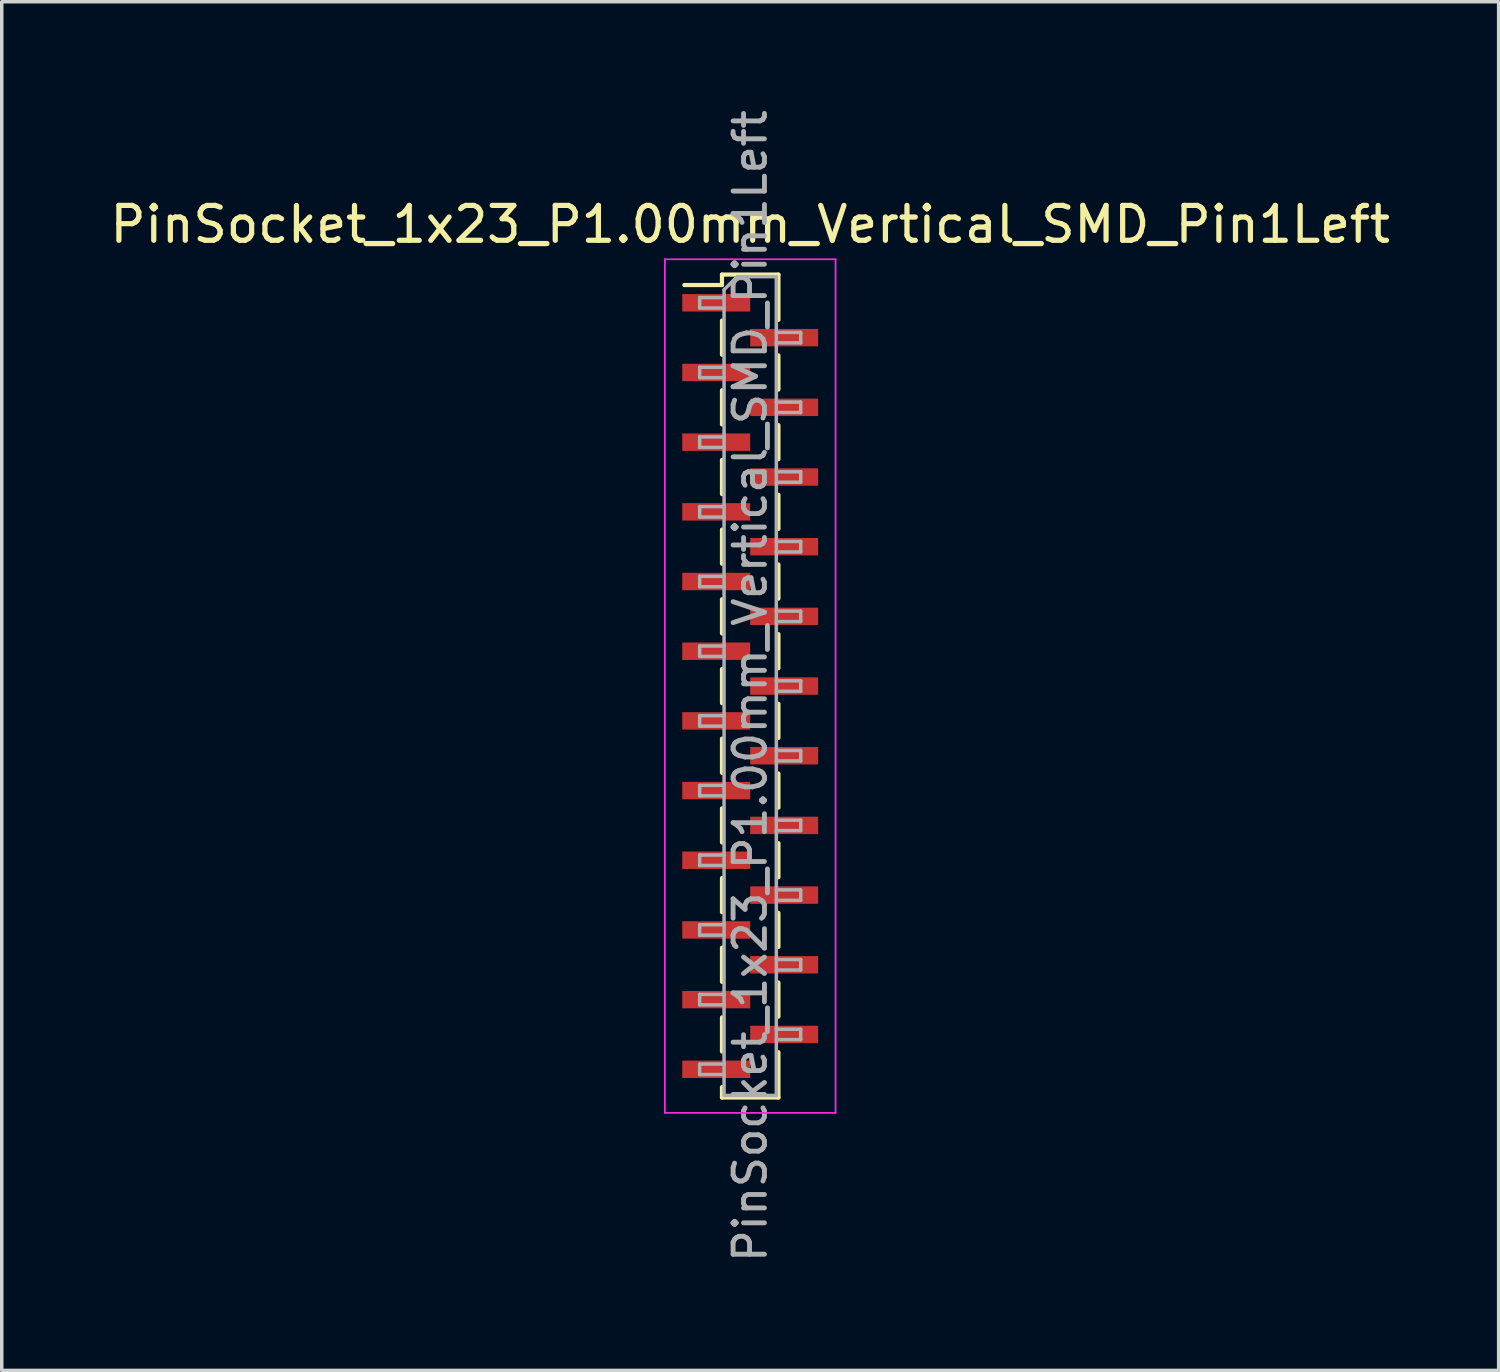
<source format=kicad_pcb>
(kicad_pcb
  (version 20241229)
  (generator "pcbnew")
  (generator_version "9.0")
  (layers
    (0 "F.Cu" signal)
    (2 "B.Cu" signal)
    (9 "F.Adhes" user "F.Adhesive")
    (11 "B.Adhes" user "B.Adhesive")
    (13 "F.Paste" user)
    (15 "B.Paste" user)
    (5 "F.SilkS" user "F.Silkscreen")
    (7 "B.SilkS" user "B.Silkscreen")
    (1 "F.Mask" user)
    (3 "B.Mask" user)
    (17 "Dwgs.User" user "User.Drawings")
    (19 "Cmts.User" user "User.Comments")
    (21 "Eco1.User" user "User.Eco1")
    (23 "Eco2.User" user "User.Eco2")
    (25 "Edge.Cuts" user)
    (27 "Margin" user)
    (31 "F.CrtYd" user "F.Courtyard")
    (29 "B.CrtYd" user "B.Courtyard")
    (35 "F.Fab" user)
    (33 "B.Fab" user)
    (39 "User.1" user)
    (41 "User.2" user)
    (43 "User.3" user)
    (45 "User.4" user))
  (footprint "PinSocket_1x23_P1.00mm_Vertical_SMD_Pin1Left"
    (layer "F.Cu")
    (at 18.482 16.641)
    (property "Reference" "PinSocket_1x23_P1.00mm_Vertical_SMD_Pin1Left" (at 0 -13.25 0) (layer "F.SilkS") (effects (font (size 1 1) (thickness 0.15))))
    (attr smd)
    (fp_line (start -1.89 -11.51) (end -0.81 -11.51) (stroke (width 0.12) (type solid)) (layer "F.SilkS"))
    (fp_line (start -0.81 -11.81) (end -0.81 -11.51) (stroke (width 0.12) (type solid)) (layer "F.SilkS"))
    (fp_line (start -0.81 -11.81) (end 0.81 -11.81) (stroke (width 0.12) (type solid)) (layer "F.SilkS"))
    (fp_line (start -0.81 -10.49) (end -0.81 -9.51) (stroke (width 0.12) (type solid)) (layer "F.SilkS"))
    (fp_line (start -0.81 -8.49) (end -0.81 -7.51) (stroke (width 0.12) (type solid)) (layer "F.SilkS"))
    (fp_line (start -0.81 -6.49) (end -0.81 -5.51) (stroke (width 0.12) (type solid)) (layer "F.SilkS"))
    (fp_line (start -0.81 -4.49) (end -0.81 -3.51) (stroke (width 0.12) (type solid)) (layer "F.SilkS"))
    (fp_line (start -0.81 -2.49) (end -0.81 -1.51) (stroke (width 0.12) (type solid)) (layer "F.SilkS"))
    (fp_line (start -0.81 -0.49) (end -0.81 0.49) (stroke (width 0.12) (type solid)) (layer "F.SilkS"))
    (fp_line (start -0.81 1.51) (end -0.81 2.49) (stroke (width 0.12) (type solid)) (layer "F.SilkS"))
    (fp_line (start -0.81 3.51) (end -0.81 4.49) (stroke (width 0.12) (type solid)) (layer "F.SilkS"))
    (fp_line (start -0.81 5.51) (end -0.81 6.49) (stroke (width 0.12) (type solid)) (layer "F.SilkS"))
    (fp_line (start -0.81 7.51) (end -0.81 8.49) (stroke (width 0.12) (type solid)) (layer "F.SilkS"))
    (fp_line (start -0.81 9.51) (end -0.81 10.49) (stroke (width 0.12) (type solid)) (layer "F.SilkS"))
    (fp_line (start -0.81 11.51) (end -0.81 11.81) (stroke (width 0.12) (type solid)) (layer "F.SilkS"))
    (fp_line (start -0.81 11.81) (end 0.81 11.81) (stroke (width 0.12) (type solid)) (layer "F.SilkS"))
    (fp_line (start 0.81 -11.81) (end 0.81 -10.51) (stroke (width 0.12) (type solid)) (layer "F.SilkS"))
    (fp_line (start 0.81 -9.49) (end 0.81 -8.51) (stroke (width 0.12) (type solid)) (layer "F.SilkS"))
    (fp_line (start 0.81 -7.49) (end 0.81 -6.51) (stroke (width 0.12) (type solid)) (layer "F.SilkS"))
    (fp_line (start 0.81 -5.49) (end 0.81 -4.51) (stroke (width 0.12) (type solid)) (layer "F.SilkS"))
    (fp_line (start 0.81 -3.49) (end 0.81 -2.51) (stroke (width 0.12) (type solid)) (layer "F.SilkS"))
    (fp_line (start 0.81 -1.49) (end 0.81 -0.51) (stroke (width 0.12) (type solid)) (layer "F.SilkS"))
    (fp_line (start 0.81 0.51) (end 0.81 1.49) (stroke (width 0.12) (type solid)) (layer "F.SilkS"))
    (fp_line (start 0.81 2.51) (end 0.81 3.49) (stroke (width 0.12) (type solid)) (layer "F.SilkS"))
    (fp_line (start 0.81 4.51) (end 0.81 5.49) (stroke (width 0.12) (type solid)) (layer "F.SilkS"))
    (fp_line (start 0.81 6.51) (end 0.81 7.49) (stroke (width 0.12) (type solid)) (layer "F.SilkS"))
    (fp_line (start 0.81 8.51) (end 0.81 9.49) (stroke (width 0.12) (type solid)) (layer "F.SilkS"))
    (fp_line (start 0.81 10.51) (end 0.81 11.81) (stroke (width 0.12) (type solid)) (layer "F.SilkS"))
    (fp_line (start -2.45 -12.25) (end 2.45 -12.25) (stroke (width 0.05) (type solid)) (layer "F.CrtYd"))
    (fp_line (start -2.45 12.25) (end -2.45 -12.25) (stroke (width 0.05) (type solid)) (layer "F.CrtYd"))
    (fp_line (start 2.45 -12.25) (end 2.45 12.25) (stroke (width 0.05) (type solid)) (layer "F.CrtYd"))
    (fp_line (start 2.45 12.25) (end -2.45 12.25) (stroke (width 0.05) (type solid)) (layer "F.CrtYd"))
    (fp_line (start -1.45 -11.15) (end -0.75 -11.15) (stroke (width 0.1) (type solid)) (layer "F.Fab"))
    (fp_line (start -1.45 -10.85) (end -1.45 -11.15) (stroke (width 0.1) (type solid)) (layer "F.Fab"))
    (fp_line (start -1.45 -9.15) (end -0.75 -9.15) (stroke (width 0.1) (type solid)) (layer "F.Fab"))
    (fp_line (start -1.45 -8.85) (end -1.45 -9.15) (stroke (width 0.1) (type solid)) (layer "F.Fab"))
    (fp_line (start -1.45 -7.15) (end -0.75 -7.15) (stroke (width 0.1) (type solid)) (layer "F.Fab"))
    (fp_line (start -1.45 -6.85) (end -1.45 -7.15) (stroke (width 0.1) (type solid)) (layer "F.Fab"))
    (fp_line (start -1.45 -5.15) (end -0.75 -5.15) (stroke (width 0.1) (type solid)) (layer "F.Fab"))
    (fp_line (start -1.45 -4.85) (end -1.45 -5.15) (stroke (width 0.1) (type solid)) (layer "F.Fab"))
    (fp_line (start -1.45 -3.15) (end -0.75 -3.15) (stroke (width 0.1) (type solid)) (layer "F.Fab"))
    (fp_line (start -1.45 -2.85) (end -1.45 -3.15) (stroke (width 0.1) (type solid)) (layer "F.Fab"))
    (fp_line (start -1.45 -1.15) (end -0.75 -1.15) (stroke (width 0.1) (type solid)) (layer "F.Fab"))
    (fp_line (start -1.45 -0.85) (end -1.45 -1.15) (stroke (width 0.1) (type solid)) (layer "F.Fab"))
    (fp_line (start -1.45 0.85) (end -0.75 0.85) (stroke (width 0.1) (type solid)) (layer "F.Fab"))
    (fp_line (start -1.45 1.15) (end -1.45 0.85) (stroke (width 0.1) (type solid)) (layer "F.Fab"))
    (fp_line (start -1.45 2.85) (end -0.75 2.85) (stroke (width 0.1) (type solid)) (layer "F.Fab"))
    (fp_line (start -1.45 3.15) (end -1.45 2.85) (stroke (width 0.1) (type solid)) (layer "F.Fab"))
    (fp_line (start -1.45 4.85) (end -0.75 4.85) (stroke (width 0.1) (type solid)) (layer "F.Fab"))
    (fp_line (start -1.45 5.15) (end -1.45 4.85) (stroke (width 0.1) (type solid)) (layer "F.Fab"))
    (fp_line (start -1.45 6.85) (end -0.75 6.85) (stroke (width 0.1) (type solid)) (layer "F.Fab"))
    (fp_line (start -1.45 7.15) (end -1.45 6.85) (stroke (width 0.1) (type solid)) (layer "F.Fab"))
    (fp_line (start -1.45 8.85) (end -0.75 8.85) (stroke (width 0.1) (type solid)) (layer "F.Fab"))
    (fp_line (start -1.45 9.15) (end -1.45 8.85) (stroke (width 0.1) (type solid)) (layer "F.Fab"))
    (fp_line (start -1.45 10.85) (end -0.75 10.85) (stroke (width 0.1) (type solid)) (layer "F.Fab"))
    (fp_line (start -1.45 11.15) (end -1.45 10.85) (stroke (width 0.1) (type solid)) (layer "F.Fab"))
    (fp_line (start -0.75 -11.375) (end -0.375 -11.75) (stroke (width 0.1) (type solid)) (layer "F.Fab"))
    (fp_line (start -0.75 -10.85) (end -1.45 -10.85) (stroke (width 0.1) (type solid)) (layer "F.Fab"))
    (fp_line (start -0.75 -8.85) (end -1.45 -8.85) (stroke (width 0.1) (type solid)) (layer "F.Fab"))
    (fp_line (start -0.75 -6.85) (end -1.45 -6.85) (stroke (width 0.1) (type solid)) (layer "F.Fab"))
    (fp_line (start -0.75 -4.85) (end -1.45 -4.85) (stroke (width 0.1) (type solid)) (layer "F.Fab"))
    (fp_line (start -0.75 -2.85) (end -1.45 -2.85) (stroke (width 0.1) (type solid)) (layer "F.Fab"))
    (fp_line (start -0.75 -0.85) (end -1.45 -0.85) (stroke (width 0.1) (type solid)) (layer "F.Fab"))
    (fp_line (start -0.75 1.15) (end -1.45 1.15) (stroke (width 0.1) (type solid)) (layer "F.Fab"))
    (fp_line (start -0.75 3.15) (end -1.45 3.15) (stroke (width 0.1) (type solid)) (layer "F.Fab"))
    (fp_line (start -0.75 5.15) (end -1.45 5.15) (stroke (width 0.1) (type solid)) (layer "F.Fab"))
    (fp_line (start -0.75 7.15) (end -1.45 7.15) (stroke (width 0.1) (type solid)) (layer "F.Fab"))
    (fp_line (start -0.75 9.15) (end -1.45 9.15) (stroke (width 0.1) (type solid)) (layer "F.Fab"))
    (fp_line (start -0.75 11.15) (end -1.45 11.15) (stroke (width 0.1) (type solid)) (layer "F.Fab"))
    (fp_line (start -0.75 11.75) (end -0.75 -11.375) (stroke (width 0.1) (type solid)) (layer "F.Fab"))
    (fp_line (start -0.375 -11.75) (end 0.75 -11.75) (stroke (width 0.1) (type solid)) (layer "F.Fab"))
    (fp_line (start 0.75 -11.75) (end 0.75 11.75) (stroke (width 0.1) (type solid)) (layer "F.Fab"))
    (fp_line (start 0.75 -10.15) (end 1.45 -10.15) (stroke (width 0.1) (type solid)) (layer "F.Fab"))
    (fp_line (start 0.75 -8.15) (end 1.45 -8.15) (stroke (width 0.1) (type solid)) (layer "F.Fab"))
    (fp_line (start 0.75 -6.15) (end 1.45 -6.15) (stroke (width 0.1) (type solid)) (layer "F.Fab"))
    (fp_line (start 0.75 -4.15) (end 1.45 -4.15) (stroke (width 0.1) (type solid)) (layer "F.Fab"))
    (fp_line (start 0.75 -2.15) (end 1.45 -2.15) (stroke (width 0.1) (type solid)) (layer "F.Fab"))
    (fp_line (start 0.75 -0.15) (end 1.45 -0.15) (stroke (width 0.1) (type solid)) (layer "F.Fab"))
    (fp_line (start 0.75 1.85) (end 1.45 1.85) (stroke (width 0.1) (type solid)) (layer "F.Fab"))
    (fp_line (start 0.75 3.85) (end 1.45 3.85) (stroke (width 0.1) (type solid)) (layer "F.Fab"))
    (fp_line (start 0.75 5.85) (end 1.45 5.85) (stroke (width 0.1) (type solid)) (layer "F.Fab"))
    (fp_line (start 0.75 7.85) (end 1.45 7.85) (stroke (width 0.1) (type solid)) (layer "F.Fab"))
    (fp_line (start 0.75 9.85) (end 1.45 9.85) (stroke (width 0.1) (type solid)) (layer "F.Fab"))
    (fp_line (start 0.75 11.75) (end -0.75 11.75) (stroke (width 0.1) (type solid)) (layer "F.Fab"))
    (fp_line (start 1.45 -10.15) (end 1.45 -9.85) (stroke (width 0.1) (type solid)) (layer "F.Fab"))
    (fp_line (start 1.45 -9.85) (end 0.75 -9.85) (stroke (width 0.1) (type solid)) (layer "F.Fab"))
    (fp_line (start 1.45 -8.15) (end 1.45 -7.85) (stroke (width 0.1) (type solid)) (layer "F.Fab"))
    (fp_line (start 1.45 -7.85) (end 0.75 -7.85) (stroke (width 0.1) (type solid)) (layer "F.Fab"))
    (fp_line (start 1.45 -6.15) (end 1.45 -5.85) (stroke (width 0.1) (type solid)) (layer "F.Fab"))
    (fp_line (start 1.45 -5.85) (end 0.75 -5.85) (stroke (width 0.1) (type solid)) (layer "F.Fab"))
    (fp_line (start 1.45 -4.15) (end 1.45 -3.85) (stroke (width 0.1) (type solid)) (layer "F.Fab"))
    (fp_line (start 1.45 -3.85) (end 0.75 -3.85) (stroke (width 0.1) (type solid)) (layer "F.Fab"))
    (fp_line (start 1.45 -2.15) (end 1.45 -1.85) (stroke (width 0.1) (type solid)) (layer "F.Fab"))
    (fp_line (start 1.45 -1.85) (end 0.75 -1.85) (stroke (width 0.1) (type solid)) (layer "F.Fab"))
    (fp_line (start 1.45 -0.15) (end 1.45 0.15) (stroke (width 0.1) (type solid)) (layer "F.Fab"))
    (fp_line (start 1.45 0.15) (end 0.75 0.15) (stroke (width 0.1) (type solid)) (layer "F.Fab"))
    (fp_line (start 1.45 1.85) (end 1.45 2.15) (stroke (width 0.1) (type solid)) (layer "F.Fab"))
    (fp_line (start 1.45 2.15) (end 0.75 2.15) (stroke (width 0.1) (type solid)) (layer "F.Fab"))
    (fp_line (start 1.45 3.85) (end 1.45 4.15) (stroke (width 0.1) (type solid)) (layer "F.Fab"))
    (fp_line (start 1.45 4.15) (end 0.75 4.15) (stroke (width 0.1) (type solid)) (layer "F.Fab"))
    (fp_line (start 1.45 5.85) (end 1.45 6.15) (stroke (width 0.1) (type solid)) (layer "F.Fab"))
    (fp_line (start 1.45 6.15) (end 0.75 6.15) (stroke (width 0.1) (type solid)) (layer "F.Fab"))
    (fp_line (start 1.45 7.85) (end 1.45 8.15) (stroke (width 0.1) (type solid)) (layer "F.Fab"))
    (fp_line (start 1.45 8.15) (end 0.75 8.15) (stroke (width 0.1) (type solid)) (layer "F.Fab"))
    (fp_line (start 1.45 9.85) (end 1.45 10.15) (stroke (width 0.1) (type solid)) (layer "F.Fab"))
    (fp_line (start 1.45 10.15) (end 0.75 10.15) (stroke (width 0.1) (type solid)) (layer "F.Fab"))
    (fp_text user "${REFERENCE}" (at 0 0 90) (layer "F.Fab") (effects (font (size 0.9 0.9) (thickness 0.14))))
    (pad "1" smd rect (at -0.975 -11) (size 1.95 0.5) (layers "F.Cu" "F.Mask" "F.Paste"))
    (pad "2" smd rect (at 0.975 -10) (size 1.95 0.5) (layers "F.Cu" "F.Mask" "F.Paste"))
    (pad "3" smd rect (at -0.975 -9) (size 1.95 0.5) (layers "F.Cu" "F.Mask" "F.Paste"))
    (pad "4" smd rect (at 0.975 -8) (size 1.95 0.5) (layers "F.Cu" "F.Mask" "F.Paste"))
    (pad "5" smd rect (at -0.975 -7) (size 1.95 0.5) (layers "F.Cu" "F.Mask" "F.Paste"))
    (pad "6" smd rect (at 0.975 -6) (size 1.95 0.5) (layers "F.Cu" "F.Mask" "F.Paste"))
    (pad "7" smd rect (at -0.975 -5) (size 1.95 0.5) (layers "F.Cu" "F.Mask" "F.Paste"))
    (pad "8" smd rect (at 0.975 -4) (size 1.95 0.5) (layers "F.Cu" "F.Mask" "F.Paste"))
    (pad "9" smd rect (at -0.975 -3) (size 1.95 0.5) (layers "F.Cu" "F.Mask" "F.Paste"))
    (pad "10" smd rect (at 0.975 -2) (size 1.95 0.5) (layers "F.Cu" "F.Mask" "F.Paste"))
    (pad "11" smd rect (at -0.975 -1) (size 1.95 0.5) (layers "F.Cu" "F.Mask" "F.Paste"))
    (pad "12" smd rect (at 0.975 0) (size 1.95 0.5) (layers "F.Cu" "F.Mask" "F.Paste"))
    (pad "13" smd rect (at -0.975 1) (size 1.95 0.5) (layers "F.Cu" "F.Mask" "F.Paste"))
    (pad "14" smd rect (at 0.975 2) (size 1.95 0.5) (layers "F.Cu" "F.Mask" "F.Paste"))
    (pad "15" smd rect (at -0.975 3) (size 1.95 0.5) (layers "F.Cu" "F.Mask" "F.Paste"))
    (pad "16" smd rect (at 0.975 4) (size 1.95 0.5) (layers "F.Cu" "F.Mask" "F.Paste"))
    (pad "17" smd rect (at -0.975 5) (size 1.95 0.5) (layers "F.Cu" "F.Mask" "F.Paste"))
    (pad "18" smd rect (at 0.975 6) (size 1.95 0.5) (layers "F.Cu" "F.Mask" "F.Paste"))
    (pad "19" smd rect (at -0.975 7) (size 1.95 0.5) (layers "F.Cu" "F.Mask" "F.Paste"))
    (pad "20" smd rect (at 0.975 8) (size 1.95 0.5) (layers "F.Cu" "F.Mask" "F.Paste"))
    (pad "21" smd rect (at -0.975 9) (size 1.95 0.5) (layers "F.Cu" "F.Mask" "F.Paste"))
    (pad "22" smd rect (at 0.975 10) (size 1.95 0.5) (layers "F.Cu" "F.Mask" "F.Paste"))
    (pad "23" smd rect (at -0.975 11) (size 1.95 0.5) (layers "F.Cu" "F.Mask" "F.Paste")))
  (gr_rect
    (start -3 -3)
    (end 39.964 36.283)
    (stroke (width 0.1) (type default))
    (fill no)
    (layer "Edge.Cuts")))
</source>
